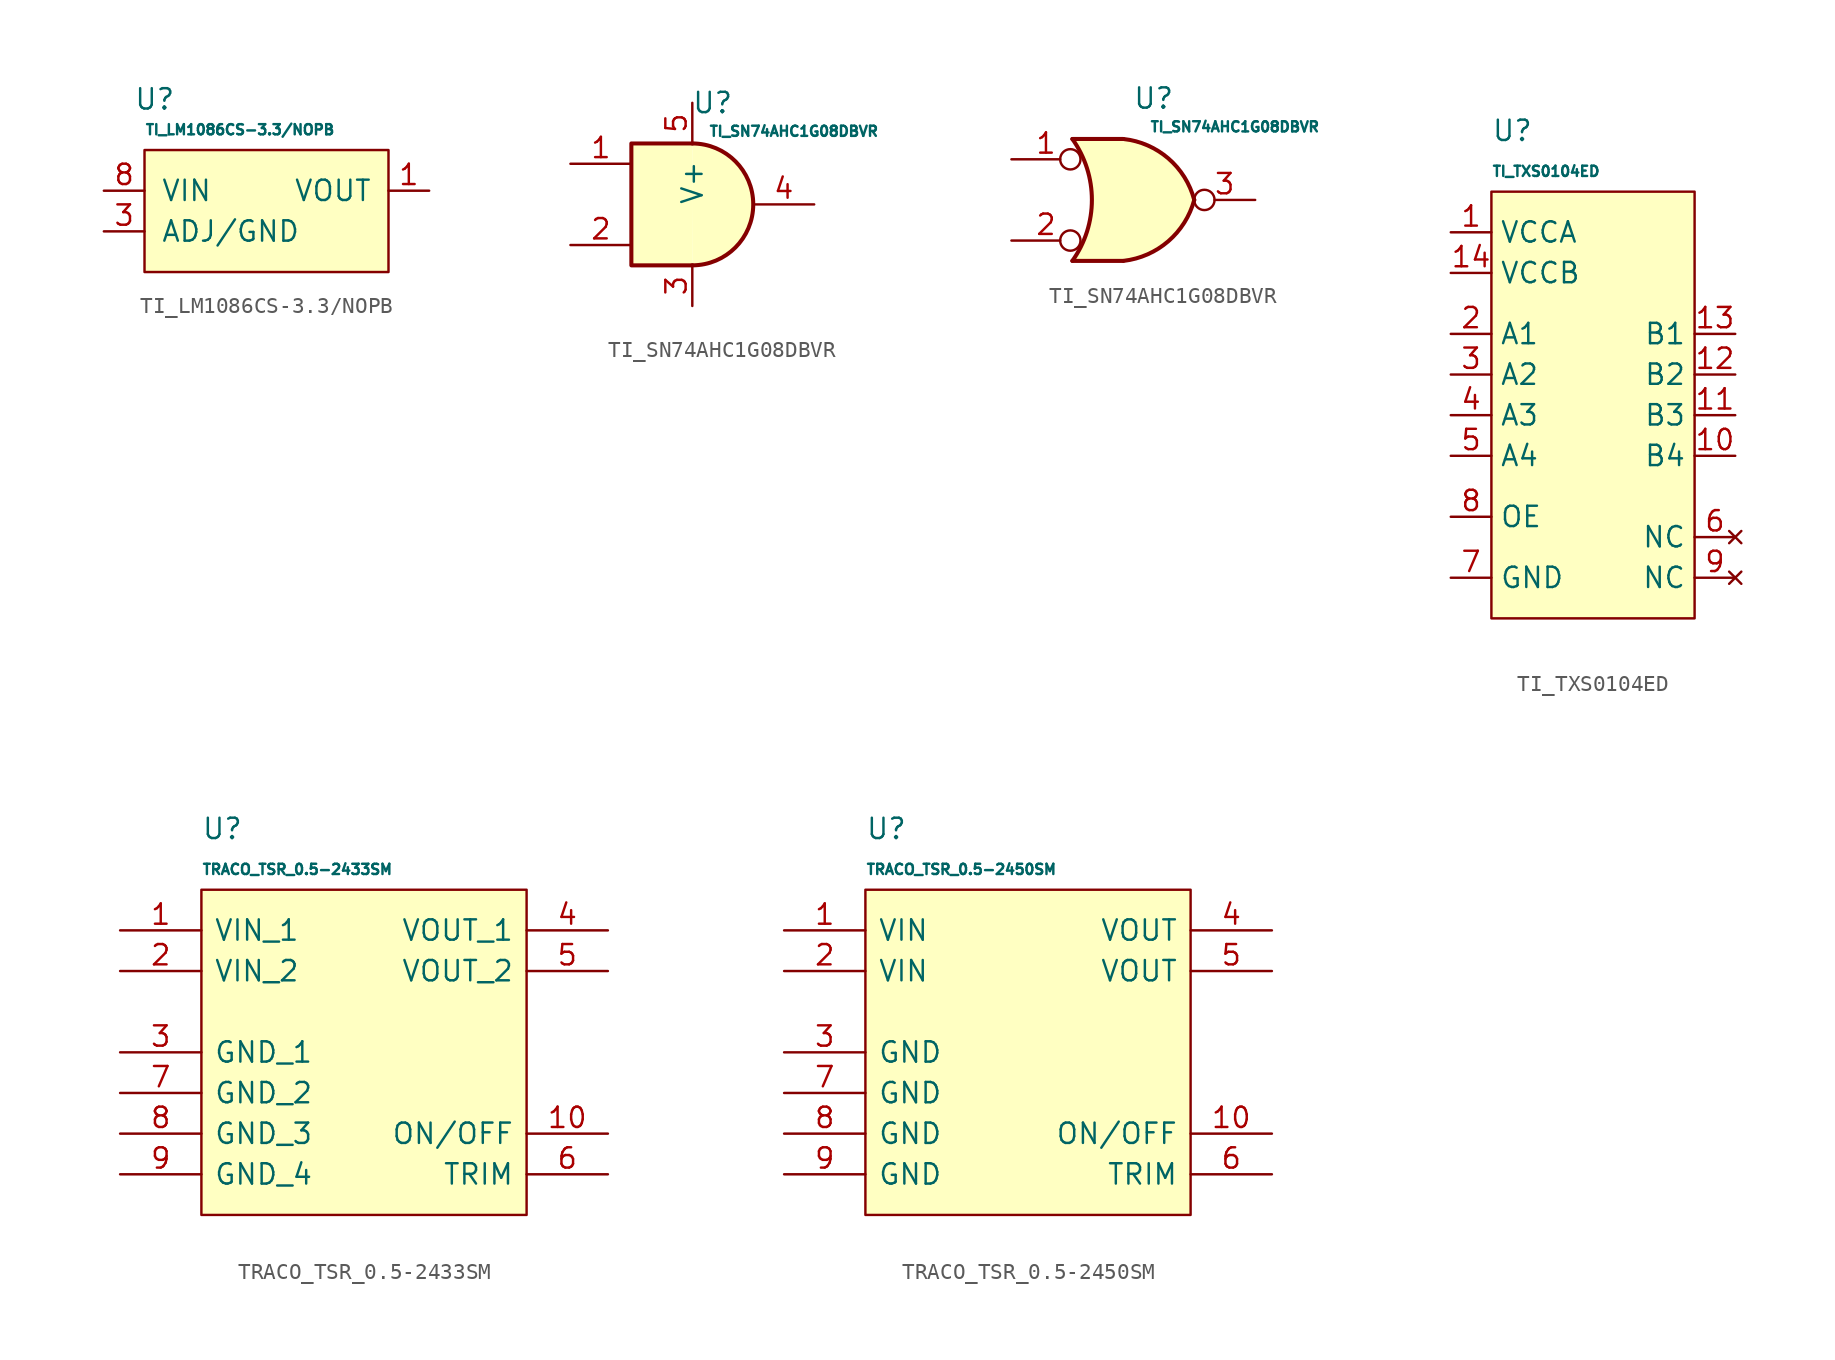
<source format=kicad_sym>
(kicad_symbol_lib
  (version 20231120)
  (generator "kicad_symbol_editor")
  (generator_version "8.0")
  (symbol "TI_LM1086CS-3.3/NOPB"
    (pin_names
      (offset 1.016))
    (property "Reference" "U"
      (at -6.985 5.715 0)
      (effects (font (size 1.27 1.27))))
    (property "Value" "TI_LM1086CS-3.3/NOPB"
      (at -7.62 3.81 0)
      (effects (font (size 0.635 0.635)) (justify left)))
    (symbol "TI_LM1086CS-3.3/NOPB_0_1"
      (rectangle (start -7.62 2.54) (end 7.62 -5.08) (stroke (width 0) (type default)) (fill (type background))))
    (symbol "TI_LM1086CS-3.3/NOPB_1_1"
      (pin power_out line (at 10.16 0 180) (length 2.54) (name "VOUT" (effects (font (size 1.27 1.27)))) (number "1" (effects (font (size 1.27 1.27)))))
      (pin power_in line (at -10.16 -2.54 0) (length 2.54) (name "ADJ/GND" (effects (font (size 1.27 1.27)))) (number "3" (effects (font (size 1.27 1.27)))))
      (pin power_in line (at -10.16 0 0) (length 2.54) (name "VIN" (effects (font (size 1.27 1.27)))) (number "8" (effects (font (size 1.27 1.27)))))))
  (symbol "TI_SN74AHC1G08DBVR"
    (pin_names
      (offset 1.016))
    (property "Reference" "U"
      (at 1.27 6.35 0)
      (effects (font (size 1.27 1.27))))
    (property "Value" "TI_SN74AHC1G08DBVR"
      (at 6.35 4.572 0)
      (effects (font (size 0.635 0.635))))
    (symbol "TI_SN74AHC1G08DBVR_1_1"
      (arc (start 0 -3.81) (mid 3.7934 0) (end 0 3.81) (stroke (width 0.254) (type default)) (fill (type background)))
      (polyline (pts (xy 0 3.81) (xy -3.81 3.81) (xy -3.81 -3.81) (xy 0 -3.81)) (stroke (width 0.254) (type default)) (fill (type background)))
      (pin input line (at -7.62 2.54 0) (length 3.81) (name "~" (effects (font (size 1.27 1.27)))) (number "1" (effects (font (size 1.27 1.27)))))
      (pin input line (at -7.62 -2.54 0) (length 3.81) (name "~" (effects (font (size 1.27 1.27)))) (number "2" (effects (font (size 1.27 1.27)))))
      (pin output line (at 0 -6.35 90) (length 2.54) (name "~" (effects (font (size 1.27 1.27)))) (number "3" (effects (font (size 1.27 1.27)))))
      (pin output line (at 7.62 0 180) (length 3.81) (name "~" (effects (font (size 1.27 1.27)))) (number "4" (effects (font (size 1.27 1.27)))))
      (pin input line (at 0 6.35 270) (length 2.54) (name "V+" (effects (font (size 1.27 1.27)))) (number "5" (effects (font (size 1.27 1.27))))))
    (symbol "TI_SN74AHC1G08DBVR_1_2"
      (arc (start -3.81 -3.81) (mid -2.589 0) (end -3.81 3.81) (stroke (width 0.254) (type default)) (fill (type none)))
      (arc (start -0.6096 -3.81) (mid 2.1842 -2.5851) (end 3.81 0) (stroke (width 0.254) (type default)) (fill (type background)))
      (polyline (pts (xy -3.81 -3.81) (xy -0.635 -3.81)) (stroke (width 0.254) (type default)) (fill (type background)))
      (polyline (pts (xy -3.81 3.81) (xy -0.635 3.81)) (stroke (width 0.254) (type default)) (fill (type background)))
      (polyline (pts (xy -0.635 3.81) (xy -3.81 3.81) (xy -3.81 3.81) (xy -3.556 3.404) (xy -3.023 2.261) (xy -2.692 1.041) (xy -2.616 -0.254) (xy -2.769 -1.499) (xy -3.175 -2.718) (xy -3.81 -3.81) (xy -3.81 -3.81) (xy -0.635 -3.81)) (stroke (width -25.4) (type default)) (fill (type background)))
      (arc (start 3.81 0) (mid 2.1915 2.5936) (end -0.6096 3.81) (stroke (width 0.254) (type default)) (fill (type background)))
      (pin input inverted (at -7.62 2.54 0) (length 4.318) (name "~" (effects (font (size 1.27 1.27)))) (number "1" (effects (font (size 1.27 1.27)))))
      (pin input inverted (at -7.62 -2.54 0) (length 4.318) (name "~" (effects (font (size 1.27 1.27)))) (number "2" (effects (font (size 1.27 1.27)))))
      (pin output inverted (at 7.62 0 180) (length 3.81) (name "~" (effects (font (size 1.27 1.27)))) (number "3" (effects (font (size 1.27 1.27)))))))
  (symbol "TI_TXS0104ED"
    (property "Reference" "U"
      (at -6.35 3.81 0)
      (effects (font (size 1.27 1.27)) (justify left)))
    (property "Value" "TI_TXS0104ED"
      (at -6.35 1.27 0)
      (effects (font (size 0.64 0.64)) (justify left)))
    (symbol "TI_TXS0104ED_0_0"
      (rectangle (start -6.35 0) (end 6.35 -26.67) (stroke (width 0) (type default)) (fill (type background))))
    (symbol "TI_TXS0104ED_1_1"
      (pin input line (at -8.89 -2.54 0) (length 2.54) (name "VCCA" (effects (font (size 1.27 1.27)))) (number "1" (effects (font (size 1.27 1.27)))))
      (pin bidirectional line (at 8.89 -16.51 180) (length 2.54) (name "B4" (effects (font (size 1.27 1.27)))) (number "10" (effects (font (size 1.27 1.27)))))
      (pin bidirectional line (at 8.89 -13.97 180) (length 2.54) (name "B3" (effects (font (size 1.27 1.27)))) (number "11" (effects (font (size 1.27 1.27)))))
      (pin bidirectional line (at 8.89 -11.43 180) (length 2.54) (name "B2" (effects (font (size 1.27 1.27)))) (number "12" (effects (font (size 1.27 1.27)))))
      (pin bidirectional line (at 8.89 -8.89 180) (length 2.54) (name "B1" (effects (font (size 1.27 1.27)))) (number "13" (effects (font (size 1.27 1.27)))))
      (pin input line (at -8.89 -5.08 0) (length 2.54) (name "VCCB" (effects (font (size 1.27 1.27)))) (number "14" (effects (font (size 1.27 1.27)))))
      (pin bidirectional line (at -8.89 -8.89 0) (length 2.54) (name "A1" (effects (font (size 1.27 1.27)))) (number "2" (effects (font (size 1.27 1.27)))))
      (pin bidirectional line (at -8.89 -11.43 0) (length 2.54) (name "A2" (effects (font (size 1.27 1.27)))) (number "3" (effects (font (size 1.27 1.27)))))
      (pin bidirectional line (at -8.89 -13.97 0) (length 2.54) (name "A3" (effects (font (size 1.27 1.27)))) (number "4" (effects (font (size 1.27 1.27)))))
      (pin bidirectional line (at -8.89 -16.51 0) (length 2.54) (name "A4" (effects (font (size 1.27 1.27)))) (number "5" (effects (font (size 1.27 1.27)))))
      (pin no_connect line (at 8.89 -21.59 180) (length 2.54) (name "NC" (effects (font (size 1.27 1.27)))) (number "6" (effects (font (size 1.27 1.27)))))
      (pin output line (at -8.89 -24.13 0) (length 2.54) (name "GND" (effects (font (size 1.27 1.27)))) (number "7" (effects (font (size 1.27 1.27)))))
      (pin input line (at -8.89 -20.32 0) (length 2.54) (name "OE" (effects (font (size 1.27 1.27)))) (number "8" (effects (font (size 1.27 1.27)))))
      (pin no_connect line (at 8.89 -24.13 180) (length 2.54) (name "NC" (effects (font (size 1.27 1.27)))) (number "9" (effects (font (size 1.27 1.27)))))))
  (symbol "TRACO_TSR_0.5-2433SM"
    (pin_names
      (offset 0.762))
    (property "Reference" "U"
      (at -10.16 3.81 0)
      (effects (font (size 1.27 1.27)) (justify left)))
    (property "Value" "TRACO_TSR_0.5-2433SM"
      (at -10.16 1.27 0)
      (effects (font (size 0.64 0.64)) (justify left)))
    (symbol "TRACO_TSR_0.5-2433SM_0_0"
      (pin passive line (at -15.24 -2.54 0) (length 5.08) (name "VIN_1" (effects (font (size 1.27 1.27)))) (number "1" (effects (font (size 1.27 1.27)))))
      (pin input line (at 15.24 -15.24 180) (length 5.08) (name "ON/OFF" (effects (font (size 1.27 1.27)))) (number "10" (effects (font (size 1.27 1.27)))))
      (pin passive line (at -15.24 -5.08 0) (length 5.08) (name "VIN_2" (effects (font (size 1.27 1.27)))) (number "2" (effects (font (size 1.27 1.27)))))
      (pin passive line (at -15.24 -10.16 0) (length 5.08) (name "GND_1" (effects (font (size 1.27 1.27)))) (number "3" (effects (font (size 1.27 1.27)))))
      (pin power_out line (at 15.24 -2.54 180) (length 5.08) (name "VOUT_1" (effects (font (size 1.27 1.27)))) (number "4" (effects (font (size 1.27 1.27)))))
      (pin power_out line (at 15.24 -5.08 180) (length 5.08) (name "VOUT_2" (effects (font (size 1.27 1.27)))) (number "5" (effects (font (size 1.27 1.27)))))
      (pin passive line (at 15.24 -17.78 180) (length 5.08) (name "TRIM" (effects (font (size 1.27 1.27)))) (number "6" (effects (font (size 1.27 1.27)))))
      (pin passive line (at -15.24 -12.7 0) (length 5.08) (name "GND_2" (effects (font (size 1.27 1.27)))) (number "7" (effects (font (size 1.27 1.27)))))
      (pin passive line (at -15.24 -15.24 0) (length 5.08) (name "GND_3" (effects (font (size 1.27 1.27)))) (number "8" (effects (font (size 1.27 1.27)))))
      (pin passive line (at -15.24 -17.78 0) (length 5.08) (name "GND_4" (effects (font (size 1.27 1.27)))) (number "9" (effects (font (size 1.27 1.27))))))
    (symbol "TRACO_TSR_0.5-2433SM_0_1"
      (polyline (pts (xy -10.16 0) (xy 10.16 0) (xy 10.16 -20.32) (xy -10.16 -20.32) (xy -10.16 0)) (stroke (width 0.152) (type default)) (fill (type background)))))
  (symbol "TRACO_TSR_0.5-2450SM"
    (pin_names
      (offset 0.762))
    (property "Reference" "U"
      (at -10.16 3.81 0)
      (effects (font (size 1.27 1.27)) (justify left)))
    (property "Value" "TRACO_TSR_0.5-2450SM"
      (at -10.16 1.27 0)
      (effects (font (size 0.64 0.64)) (justify left)))
    (symbol "TRACO_TSR_0.5-2450SM_0_0"
      (pin power_in line (at -15.24 -2.54 0) (length 5.08) (name "VIN" (effects (font (size 1.27 1.27)))) (number "1" (effects (font (size 1.27 1.27)))))
      (pin input line (at 15.24 -15.24 180) (length 5.08) (name "ON/OFF" (effects (font (size 1.27 1.27)))) (number "10" (effects (font (size 1.27 1.27)))))
      (pin power_in line (at -15.24 -5.08 0) (length 5.08) (name "VIN" (effects (font (size 1.27 1.27)))) (number "2" (effects (font (size 1.27 1.27)))))
      (pin power_in line (at -15.24 -10.16 0) (length 5.08) (name "GND" (effects (font (size 1.27 1.27)))) (number "3" (effects (font (size 1.27 1.27)))))
      (pin power_out line (at 15.24 -2.54 180) (length 5.08) (name "VOUT" (effects (font (size 1.27 1.27)))) (number "4" (effects (font (size 1.27 1.27)))))
      (pin power_out line (at 15.24 -5.08 180) (length 5.08) (name "VOUT" (effects (font (size 1.27 1.27)))) (number "5" (effects (font (size 1.27 1.27)))))
      (pin passive line (at 15.24 -17.78 180) (length 5.08) (name "TRIM" (effects (font (size 1.27 1.27)))) (number "6" (effects (font (size 1.27 1.27)))))
      (pin power_in line (at -15.24 -12.7 0) (length 5.08) (name "GND" (effects (font (size 1.27 1.27)))) (number "7" (effects (font (size 1.27 1.27)))))
      (pin power_in line (at -15.24 -15.24 0) (length 5.08) (name "GND" (effects (font (size 1.27 1.27)))) (number "8" (effects (font (size 1.27 1.27)))))
      (pin power_in line (at -15.24 -17.78 0) (length 5.08) (name "GND" (effects (font (size 1.27 1.27)))) (number "9" (effects (font (size 1.27 1.27))))))
    (symbol "TRACO_TSR_0.5-2450SM_0_1"
      (polyline (pts (xy -10.16 0) (xy 10.16 0) (xy 10.16 -20.32) (xy -10.16 -20.32) (xy -10.16 0)) (stroke (width 0.152) (type default)) (fill (type background))))))
</source>
